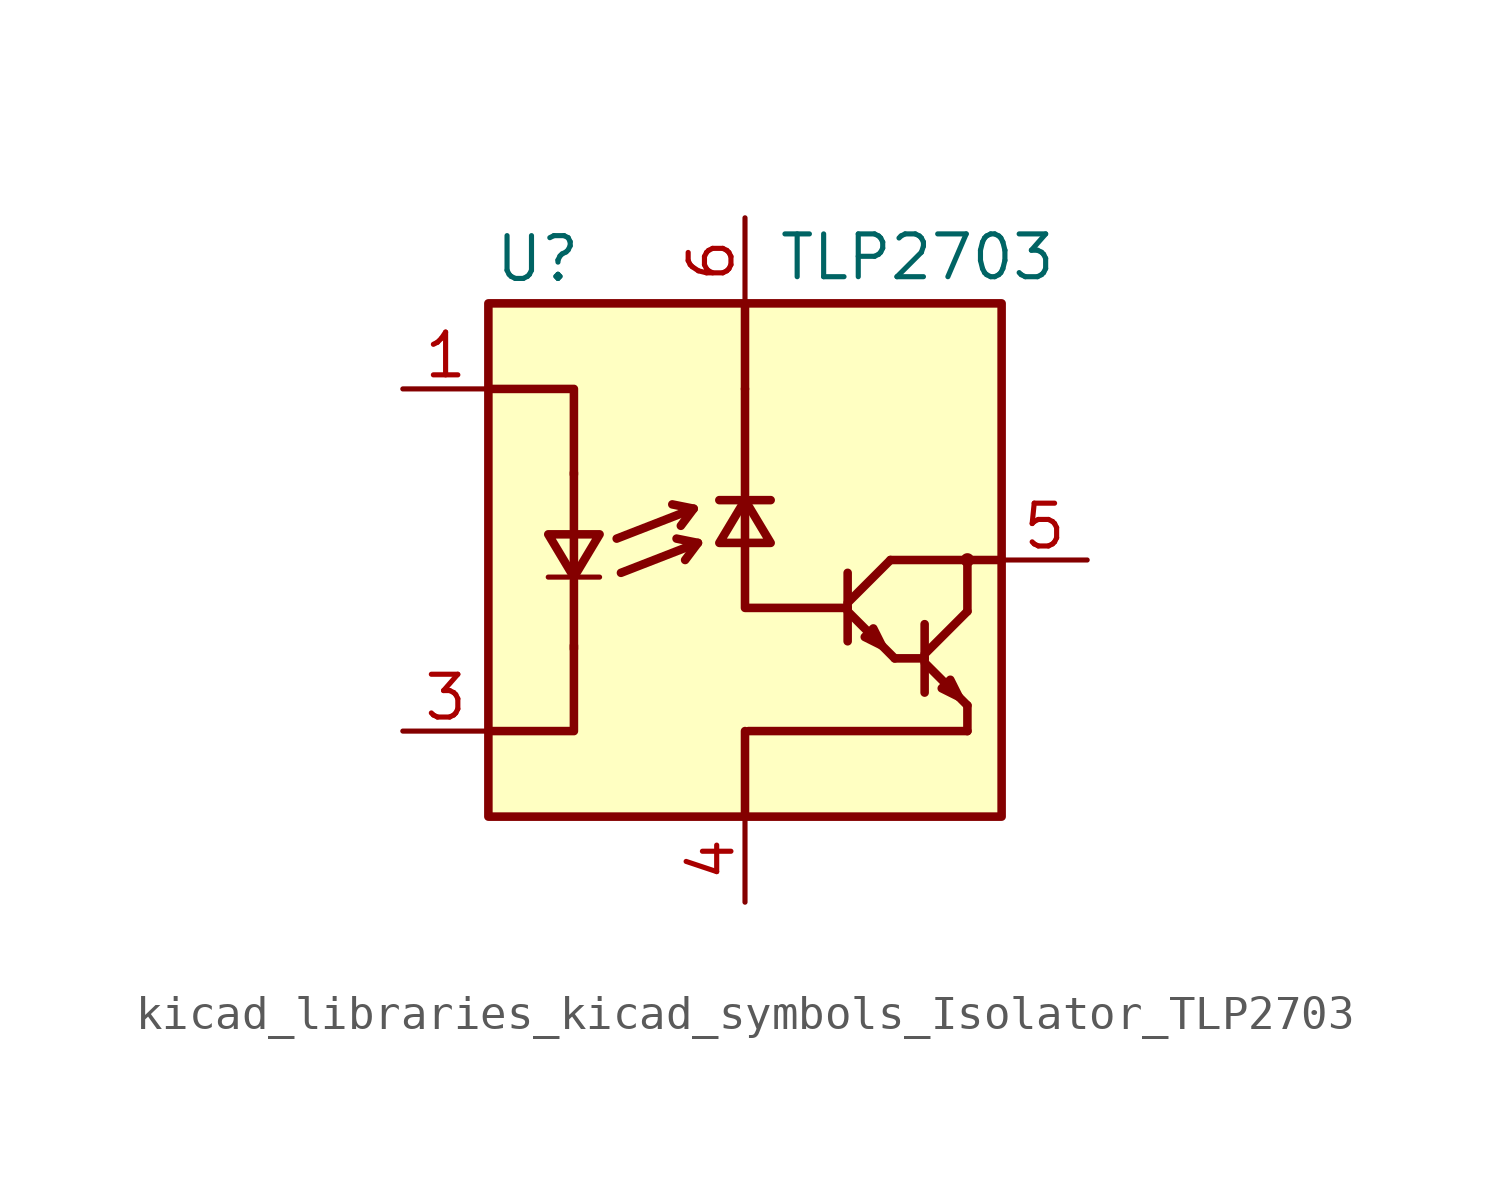
<source format=kicad_sym>
(kicad_symbol_lib
  (version 20220914)
  (generator kicad_symbol_editor)
  (symbol "kicad_libraries_kicad_symbols_Isolator_TLP2703"
    (pin_names
      (offset 1.016) hide)
    (property "Reference" "U"
      (at -7.468 8.941 0)
      (effects (font (size 1.27 1.27)) (justify left)))
    (property "Value" "TLP2703"
      (at 0.965 8.992 0)
      (effects (font (size 1.27 1.27)) (justify left)))
    (symbol "kicad_libraries_kicad_symbols_Isolator_TLP2703_0_1"
      (rectangle (start -7.62 7.62) (end 7.62 -7.62) (stroke (width 0.254) (type default)) (fill (type background)))
      (polyline (pts (xy -5.842 -0.508) (xy -4.318 -0.508)) (stroke (width 0) (type default)) (fill (type none)))
      (polyline (pts (xy -5.08 -2.642) (xy -5.08 -0.61)) (stroke (width 0.254) (type default)) (fill (type none)))
      (polyline (pts (xy -5.08 0.762) (xy -5.08 -0.508)) (stroke (width 0.254) (type default)) (fill (type none)))
      (polyline (pts (xy -5.08 2.591) (xy -5.08 0.864)) (stroke (width 0.254) (type default)) (fill (type none)))
      (polyline (pts (xy -1.524 1.524) (xy -1.905 1.016)) (stroke (width 0.254) (type default)) (fill (type none)))
      (polyline (pts (xy -1.397 0.508) (xy -1.778 0)) (stroke (width 0.254) (type default)) (fill (type none)))
      (polyline (pts (xy -0.762 1.778) (xy 0.762 1.778)) (stroke (width 0.254) (type default)) (fill (type none)))
      (polyline (pts (xy 0 -7.62) (xy 0 -5.08)) (stroke (width 0.254) (type default)) (fill (type none)))
      (polyline (pts (xy 0 1.778) (xy 0 0.508)) (stroke (width 0.254) (type default)) (fill (type none)))
      (polyline (pts (xy 0 1.93) (xy 0 5.08)) (stroke (width 0.254) (type default)) (fill (type none)))
      (polyline (pts (xy 0 7.62) (xy 0 5.08)) (stroke (width 0.254) (type default)) (fill (type none)))
      (polyline (pts (xy 0.102 -5.08) (xy 6.604 -5.08)) (stroke (width 0.254) (type default)) (fill (type none)))
      (polyline (pts (xy 3.048 -1.524) (xy 4.445 -2.921)) (stroke (width 0.254) (type default)) (fill (type none)))
      (polyline (pts (xy 3.048 -1.27) (xy 4.318 0)) (stroke (width 0.254) (type default)) (fill (type none)))
      (polyline (pts (xy 3.048 -0.381) (xy 3.048 -2.413)) (stroke (width 0.254) (type default)) (fill (type none)))
      (polyline (pts (xy 4.318 0) (xy 7.62 0)) (stroke (width 0.254) (type default)) (fill (type none)))
      (polyline (pts (xy 5.334 -3.048) (xy 6.604 -4.318)) (stroke (width 0.254) (type default)) (fill (type none)))
      (polyline (pts (xy 5.334 -2.921) (xy 4.445 -2.921)) (stroke (width 0.254) (type default)) (fill (type none)))
      (polyline (pts (xy 5.334 -2.794) (xy 6.604 -1.524)) (stroke (width 0.254) (type default)) (fill (type none)))
      (polyline (pts (xy 6.604 -4.318) (xy 6.604 -5.08)) (stroke (width 0.254) (type default)) (fill (type none)))
      (polyline (pts (xy 6.604 -1.524) (xy 6.604 0)) (stroke (width 0.254) (type default)) (fill (type none)))
      (polyline (pts (xy -7.62 -5.08) (xy -5.08 -5.08) (xy -5.08 -2.54)) (stroke (width 0.254) (type default)) (fill (type none)))
      (polyline (pts (xy -7.62 5.08) (xy -5.08 5.08) (xy -5.08 2.54)) (stroke (width 0.254) (type default)) (fill (type none)))
      (polyline (pts (xy -3.81 0.635) (xy -1.524 1.524) (xy -2.159 1.651)) (stroke (width 0.254) (type default)) (fill (type none)))
      (polyline (pts (xy -3.683 -0.381) (xy -1.397 0.508) (xy -2.032 0.635)) (stroke (width 0.254) (type default)) (fill (type none)))
      (polyline (pts (xy 0 0.508) (xy 0 -1.422) (xy 3.048 -1.422)) (stroke (width 0.254) (type default)) (fill (type none)))
      (polyline (pts (xy 5.334 -1.905) (xy 5.334 -3.937) (xy 5.334 -3.937)) (stroke (width 0.254) (type default)) (fill (type none)))
      (polyline (pts (xy -5.842 0.762) (xy -4.318 0.762) (xy -5.08 -0.508) (xy -5.842 0.762)) (stroke (width 0.254) (type default)) (fill (type none)))
      (polyline (pts (xy 0 1.778) (xy -0.762 0.508) (xy 0.762 0.508) (xy 0 1.778)) (stroke (width 0.254) (type default)) (fill (type none)))
      (polyline (pts (xy 4.064 -2.54) (xy 3.81 -2.032) (xy 3.556 -2.286) (xy 4.064 -2.54)) (stroke (width 0.254) (type default)) (fill (type none)))
      (polyline (pts (xy 6.35 -4.064) (xy 6.096 -3.556) (xy 5.842 -3.81) (xy 6.35 -4.064)) (stroke (width 0.254) (type default)) (fill (type none)))
      (circle (center 6.604 0) (radius 0.127) (stroke (width 0) (type default)) (fill (type none))))
    (symbol "kicad_libraries_kicad_symbols_Isolator_TLP2703_1_1"
      (pin passive line (at -10.16 5.08 0) (length 2.54) (name "A" (effects (font (size 1.27 1.27)))) (number "1" (effects (font (size 1.27 1.27)))))
      (pin no_connect line (at -7.62 0 0) (length 2.54) hide (name "NC" (effects (font (size 1.27 1.27)))) (number "2" (effects (font (size 1.27 1.27)))))
      (pin passive line (at -10.16 -5.08 0) (length 2.54) (name "K" (effects (font (size 1.27 1.27)))) (number "3" (effects (font (size 1.27 1.27)))))
      (pin power_in line (at 0 -10.16 90) (length 2.54) (name "GND" (effects (font (size 1.27 1.27)))) (number "4" (effects (font (size 1.27 1.27)))))
      (pin open_collector line (at 10.16 0 180) (length 2.54) (name "Out" (effects (font (size 1.27 1.27)))) (number "5" (effects (font (size 1.27 1.27)))))
      (pin power_in line (at 0 10.16 270) (length 2.54) (name "VCC" (effects (font (size 1.27 1.27)))) (number "6" (effects (font (size 1.27 1.27))))))))
</source>
